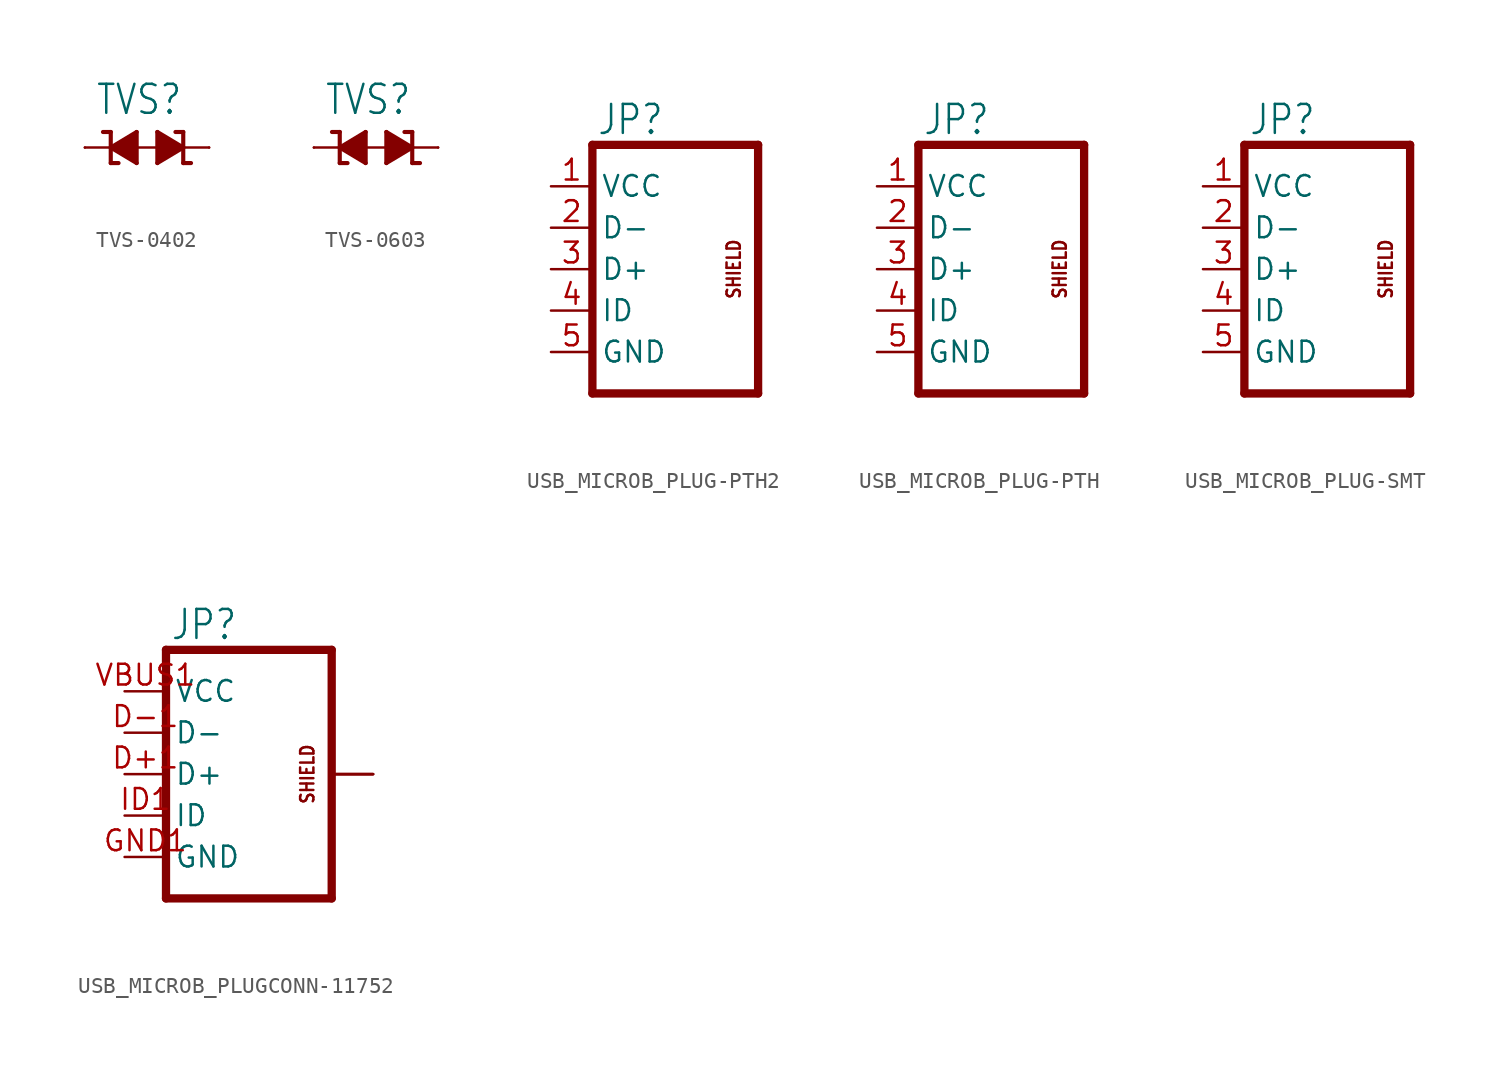
<source format=kicad_sym>
(kicad_symbol_lib
  (version 20231120)
  (generator "kicad_symbol_editor")
  (generator_version "8.0")
  (symbol "TVS-0402"
    (property "Reference" "TVS"
      (at -4.445 1.905 0)
      (effects (font (size 1.778 1.511)) (justify left bottom)))
    (property "Value" ""
      (at -4.445 -3.81 0)
      (effects (font (size 1.778 1.511)) (justify left bottom)))
    (property "ki_locked" ""
      (at 0 0 0)
      (effects (font (size 1.27 1.27))))
    (symbol "TVS-0402_1_0"
      (polyline (pts (xy -5.08 0) (xy 2.54 0)) (stroke (width 0.152) (type solid)) (fill (type none)))
      (polyline (pts (xy -3.493 -0.953) (xy -3.493 0)) (stroke (width 0.254) (type solid)) (fill (type none)))
      (polyline (pts (xy -3.493 0) (xy -3.493 0.953)) (stroke (width 0.254) (type solid)) (fill (type none)))
      (polyline (pts (xy -3.493 0) (xy -1.905 -0.953)) (stroke (width 0.254) (type solid)) (fill (type none)))
      (polyline (pts (xy -3.493 0.953) (xy -3.969 0.953)) (stroke (width 0.254) (type solid)) (fill (type none)))
      (polyline (pts (xy -3.016 -0.953) (xy -3.493 -0.953)) (stroke (width 0.254) (type solid)) (fill (type none)))
      (polyline (pts (xy -1.905 -0.953) (xy -1.905 0.953)) (stroke (width 0.254) (type solid)) (fill (type none)))
      (polyline (pts (xy -1.905 0.953) (xy -3.493 0)) (stroke (width 0.254) (type solid)) (fill (type none)))
      (polyline (pts (xy -0.635 -0.953) (xy 0.953 0)) (stroke (width 0.254) (type solid)) (fill (type none)))
      (polyline (pts (xy -0.635 0.953) (xy -0.635 -0.953)) (stroke (width 0.254) (type solid)) (fill (type none)))
      (polyline (pts (xy 0.476 0.953) (xy 0.953 0.953)) (stroke (width 0.254) (type solid)) (fill (type none)))
      (polyline (pts (xy 0.953 -0.953) (xy 1.429 -0.953)) (stroke (width 0.254) (type solid)) (fill (type none)))
      (polyline (pts (xy 0.953 0) (xy -0.635 0.953)) (stroke (width 0.254) (type solid)) (fill (type none)))
      (polyline (pts (xy 0.953 0) (xy 0.953 -0.953)) (stroke (width 0.254) (type solid)) (fill (type none)))
      (polyline (pts (xy 0.953 0.953) (xy 0.953 0)) (stroke (width 0.254) (type solid)) (fill (type none)))
      (polyline (pts (xy -1.905 -0.953) (xy -3.493 0) (xy -1.905 0.953)) (stroke (width 0.152) (type solid)) (fill (type outline)))
      (polyline (pts (xy -0.635 0.953) (xy 0.953 0) (xy -0.635 -0.953)) (stroke (width 0.152) (type solid)) (fill (type outline)))
      (pin passive line (at -5.08 0 0) (length 0) (name "1" (effects (font (size 0 0)))) (number "1" (effects (font (size 0 0)))))
      (pin passive line (at 2.54 0 180) (length 0) (name "2" (effects (font (size 0 0)))) (number "2" (effects (font (size 0 0)))))))
  (symbol "TVS-0603"
    (property "Reference" "TVS"
      (at -4.445 1.905 0)
      (effects (font (size 1.778 1.511)) (justify left bottom)))
    (property "Value" ""
      (at -4.445 -3.81 0)
      (effects (font (size 1.778 1.511)) (justify left bottom)))
    (property "ki_locked" ""
      (at 0 0 0)
      (effects (font (size 1.27 1.27))))
    (symbol "TVS-0603_1_0"
      (polyline (pts (xy -5.08 0) (xy 2.54 0)) (stroke (width 0.152) (type solid)) (fill (type none)))
      (polyline (pts (xy -3.493 -0.953) (xy -3.493 0)) (stroke (width 0.254) (type solid)) (fill (type none)))
      (polyline (pts (xy -3.493 0) (xy -3.493 0.953)) (stroke (width 0.254) (type solid)) (fill (type none)))
      (polyline (pts (xy -3.493 0) (xy -1.905 -0.953)) (stroke (width 0.254) (type solid)) (fill (type none)))
      (polyline (pts (xy -3.493 0.953) (xy -3.969 0.953)) (stroke (width 0.254) (type solid)) (fill (type none)))
      (polyline (pts (xy -3.016 -0.953) (xy -3.493 -0.953)) (stroke (width 0.254) (type solid)) (fill (type none)))
      (polyline (pts (xy -1.905 -0.953) (xy -1.905 0.953)) (stroke (width 0.254) (type solid)) (fill (type none)))
      (polyline (pts (xy -1.905 0.953) (xy -3.493 0)) (stroke (width 0.254) (type solid)) (fill (type none)))
      (polyline (pts (xy -0.635 -0.953) (xy 0.953 0)) (stroke (width 0.254) (type solid)) (fill (type none)))
      (polyline (pts (xy -0.635 0.953) (xy -0.635 -0.953)) (stroke (width 0.254) (type solid)) (fill (type none)))
      (polyline (pts (xy 0.476 0.953) (xy 0.953 0.953)) (stroke (width 0.254) (type solid)) (fill (type none)))
      (polyline (pts (xy 0.953 -0.953) (xy 1.429 -0.953)) (stroke (width 0.254) (type solid)) (fill (type none)))
      (polyline (pts (xy 0.953 0) (xy -0.635 0.953)) (stroke (width 0.254) (type solid)) (fill (type none)))
      (polyline (pts (xy 0.953 0) (xy 0.953 -0.953)) (stroke (width 0.254) (type solid)) (fill (type none)))
      (polyline (pts (xy 0.953 0.953) (xy 0.953 0)) (stroke (width 0.254) (type solid)) (fill (type none)))
      (polyline (pts (xy -1.905 -0.953) (xy -3.493 0) (xy -1.905 0.953)) (stroke (width 0.152) (type solid)) (fill (type outline)))
      (polyline (pts (xy -0.635 0.953) (xy 0.953 0) (xy -0.635 -0.953)) (stroke (width 0.152) (type solid)) (fill (type outline)))
      (pin passive line (at -5.08 0 0) (length 0) (name "1" (effects (font (size 0 0)))) (number "1" (effects (font (size 0 0)))))
      (pin passive line (at 2.54 0 180) (length 0) (name "2" (effects (font (size 0 0)))) (number "2" (effects (font (size 0 0)))))))
  (symbol "USB_MICROB_PLUG-PTH2"
    (property "Reference" "JP"
      (at -4.826 8.128 0)
      (effects (font (size 1.778 1.511)) (justify left bottom)))
    (property "Value" ""
      (at -5.08 -9.906 0)
      (effects (font (size 1.778 1.511)) (justify left bottom)))
    (property "ki_locked" ""
      (at 0 0 0)
      (effects (font (size 1.27 1.27))))
    (symbol "USB_MICROB_PLUG-PTH2_1_0"
      (polyline (pts (xy -5.08 -7.62) (xy 5.08 -7.62)) (stroke (width 0.508) (type solid)) (fill (type none)))
      (polyline (pts (xy -5.08 7.62) (xy -5.08 -7.62)) (stroke (width 0.508) (type solid)) (fill (type none)))
      (polyline (pts (xy 5.08 -7.62) (xy 5.08 7.62)) (stroke (width 0.508) (type solid)) (fill (type none)))
      (polyline (pts (xy 5.08 7.62) (xy -5.08 7.62)) (stroke (width 0.508) (type solid)) (fill (type none)))
      (text "SHIELD" (at 4.064 0 900) (effects (font (size 0.813 0.691)) (justify bottom)))
      (pin bidirectional line (at -7.62 5.08 0) (length 2.54) (name "VCC" (effects (font (size 1.27 1.27)))) (number "1" (effects (font (size 1.27 1.27)))))
      (pin bidirectional line (at -7.62 2.54 0) (length 2.54) (name "D-" (effects (font (size 1.27 1.27)))) (number "2" (effects (font (size 1.27 1.27)))))
      (pin bidirectional line (at -7.62 0 0) (length 2.54) (name "D+" (effects (font (size 1.27 1.27)))) (number "3" (effects (font (size 1.27 1.27)))))
      (pin bidirectional line (at -7.62 -2.54 0) (length 2.54) (name "ID" (effects (font (size 1.27 1.27)))) (number "4" (effects (font (size 1.27 1.27)))))
      (pin bidirectional line (at -7.62 -5.08 0) (length 2.54) (name "GND" (effects (font (size 1.27 1.27)))) (number "5" (effects (font (size 1.27 1.27)))))))
  (symbol "USB_MICROB_PLUG-PTH"
    (property "Reference" "JP"
      (at -4.826 8.128 0)
      (effects (font (size 1.778 1.511)) (justify left bottom)))
    (property "Value" ""
      (at -5.08 -9.906 0)
      (effects (font (size 1.778 1.511)) (justify left bottom)))
    (property "ki_locked" ""
      (at 0 0 0)
      (effects (font (size 1.27 1.27))))
    (symbol "USB_MICROB_PLUG-PTH_1_0"
      (polyline (pts (xy -5.08 -7.62) (xy 5.08 -7.62)) (stroke (width 0.508) (type solid)) (fill (type none)))
      (polyline (pts (xy -5.08 7.62) (xy -5.08 -7.62)) (stroke (width 0.508) (type solid)) (fill (type none)))
      (polyline (pts (xy 5.08 -7.62) (xy 5.08 7.62)) (stroke (width 0.508) (type solid)) (fill (type none)))
      (polyline (pts (xy 5.08 7.62) (xy -5.08 7.62)) (stroke (width 0.508) (type solid)) (fill (type none)))
      (text "SHIELD" (at 4.064 0 900) (effects (font (size 0.813 0.691)) (justify bottom)))
      (pin bidirectional line (at -7.62 5.08 0) (length 2.54) (name "VCC" (effects (font (size 1.27 1.27)))) (number "1" (effects (font (size 1.27 1.27)))))
      (pin bidirectional line (at -7.62 2.54 0) (length 2.54) (name "D-" (effects (font (size 1.27 1.27)))) (number "2" (effects (font (size 1.27 1.27)))))
      (pin bidirectional line (at -7.62 0 0) (length 2.54) (name "D+" (effects (font (size 1.27 1.27)))) (number "3" (effects (font (size 1.27 1.27)))))
      (pin bidirectional line (at -7.62 -2.54 0) (length 2.54) (name "ID" (effects (font (size 1.27 1.27)))) (number "4" (effects (font (size 1.27 1.27)))))
      (pin bidirectional line (at -7.62 -5.08 0) (length 2.54) (name "GND" (effects (font (size 1.27 1.27)))) (number "5" (effects (font (size 1.27 1.27)))))))
  (symbol "USB_MICROB_PLUG-SMT"
    (property "Reference" "JP"
      (at -4.826 8.128 0)
      (effects (font (size 1.778 1.511)) (justify left bottom)))
    (property "Value" ""
      (at -5.08 -9.906 0)
      (effects (font (size 1.778 1.511)) (justify left bottom)))
    (property "ki_locked" ""
      (at 0 0 0)
      (effects (font (size 1.27 1.27))))
    (symbol "USB_MICROB_PLUG-SMT_1_0"
      (polyline (pts (xy -5.08 -7.62) (xy 5.08 -7.62)) (stroke (width 0.508) (type solid)) (fill (type none)))
      (polyline (pts (xy -5.08 7.62) (xy -5.08 -7.62)) (stroke (width 0.508) (type solid)) (fill (type none)))
      (polyline (pts (xy 5.08 -7.62) (xy 5.08 7.62)) (stroke (width 0.508) (type solid)) (fill (type none)))
      (polyline (pts (xy 5.08 7.62) (xy -5.08 7.62)) (stroke (width 0.508) (type solid)) (fill (type none)))
      (text "SHIELD" (at 4.064 0 900) (effects (font (size 0.813 0.691)) (justify bottom)))
      (pin bidirectional line (at -7.62 5.08 0) (length 2.54) (name "VCC" (effects (font (size 1.27 1.27)))) (number "1" (effects (font (size 1.27 1.27)))))
      (pin bidirectional line (at -7.62 2.54 0) (length 2.54) (name "D-" (effects (font (size 1.27 1.27)))) (number "2" (effects (font (size 1.27 1.27)))))
      (pin bidirectional line (at -7.62 0 0) (length 2.54) (name "D+" (effects (font (size 1.27 1.27)))) (number "3" (effects (font (size 1.27 1.27)))))
      (pin bidirectional line (at -7.62 -2.54 0) (length 2.54) (name "ID" (effects (font (size 1.27 1.27)))) (number "4" (effects (font (size 1.27 1.27)))))
      (pin bidirectional line (at -7.62 -5.08 0) (length 2.54) (name "GND" (effects (font (size 1.27 1.27)))) (number "5" (effects (font (size 1.27 1.27)))))))
  (symbol "USB_MICROB_PLUGCONN-11752"
    (property "Reference" "JP"
      (at -4.826 8.128 0)
      (effects (font (size 1.778 1.511)) (justify left bottom)))
    (property "Value" ""
      (at -5.08 -9.906 0)
      (effects (font (size 1.778 1.511)) (justify left bottom)))
    (property "ki_locked" ""
      (at 0 0 0)
      (effects (font (size 1.27 1.27))))
    (symbol "USB_MICROB_PLUGCONN-11752_1_0"
      (polyline (pts (xy -5.08 -7.62) (xy 5.08 -7.62)) (stroke (width 0.508) (type solid)) (fill (type none)))
      (polyline (pts (xy -5.08 7.62) (xy -5.08 -7.62)) (stroke (width 0.508) (type solid)) (fill (type none)))
      (polyline (pts (xy 5.08 -7.62) (xy 5.08 7.62)) (stroke (width 0.508) (type solid)) (fill (type none)))
      (polyline (pts (xy 5.08 7.62) (xy -5.08 7.62)) (stroke (width 0.508) (type solid)) (fill (type none)))
      (text "SHIELD" (at 4.064 0 900) (effects (font (size 0.813 0.691)) (justify bottom)))
      (pin bidirectional line (at -7.62 0 0) (length 2.54) (name "D+" (effects (font (size 1.27 1.27)))) (number "D+1" (effects (font (size 1.27 1.27)))))
      (pin bidirectional line (at -7.62 2.54 0) (length 2.54) (name "D-" (effects (font (size 1.27 1.27)))) (number "D-1" (effects (font (size 1.27 1.27)))))
      (pin bidirectional line (at -7.62 -5.08 0) (length 2.54) (name "GND" (effects (font (size 1.27 1.27)))) (number "GND1" (effects (font (size 1.27 1.27)))))
      (pin bidirectional line (at -7.62 -2.54 0) (length 2.54) (name "ID" (effects (font (size 1.27 1.27)))) (number "ID1" (effects (font (size 1.27 1.27)))))
      (pin bidirectional line (at 7.62 0 180) (length 2.54) (name "SHIELD" (effects (font (size 0 0)))) (number "SHIELD1" (effects (font (size 0 0)))))
      (pin bidirectional line (at 7.62 0 180) (length 2.54) (name "SHIELD" (effects (font (size 0 0)))) (number "SHIELD2" (effects (font (size 0 0)))))
      (pin bidirectional line (at 7.62 0 180) (length 2.54) (name "SHIELD" (effects (font (size 0 0)))) (number "SHIELD3" (effects (font (size 0 0)))))
      (pin bidirectional line (at -7.62 5.08 0) (length 2.54) (name "VCC" (effects (font (size 1.27 1.27)))) (number "VBUS1" (effects (font (size 1.27 1.27))))))))
</source>
